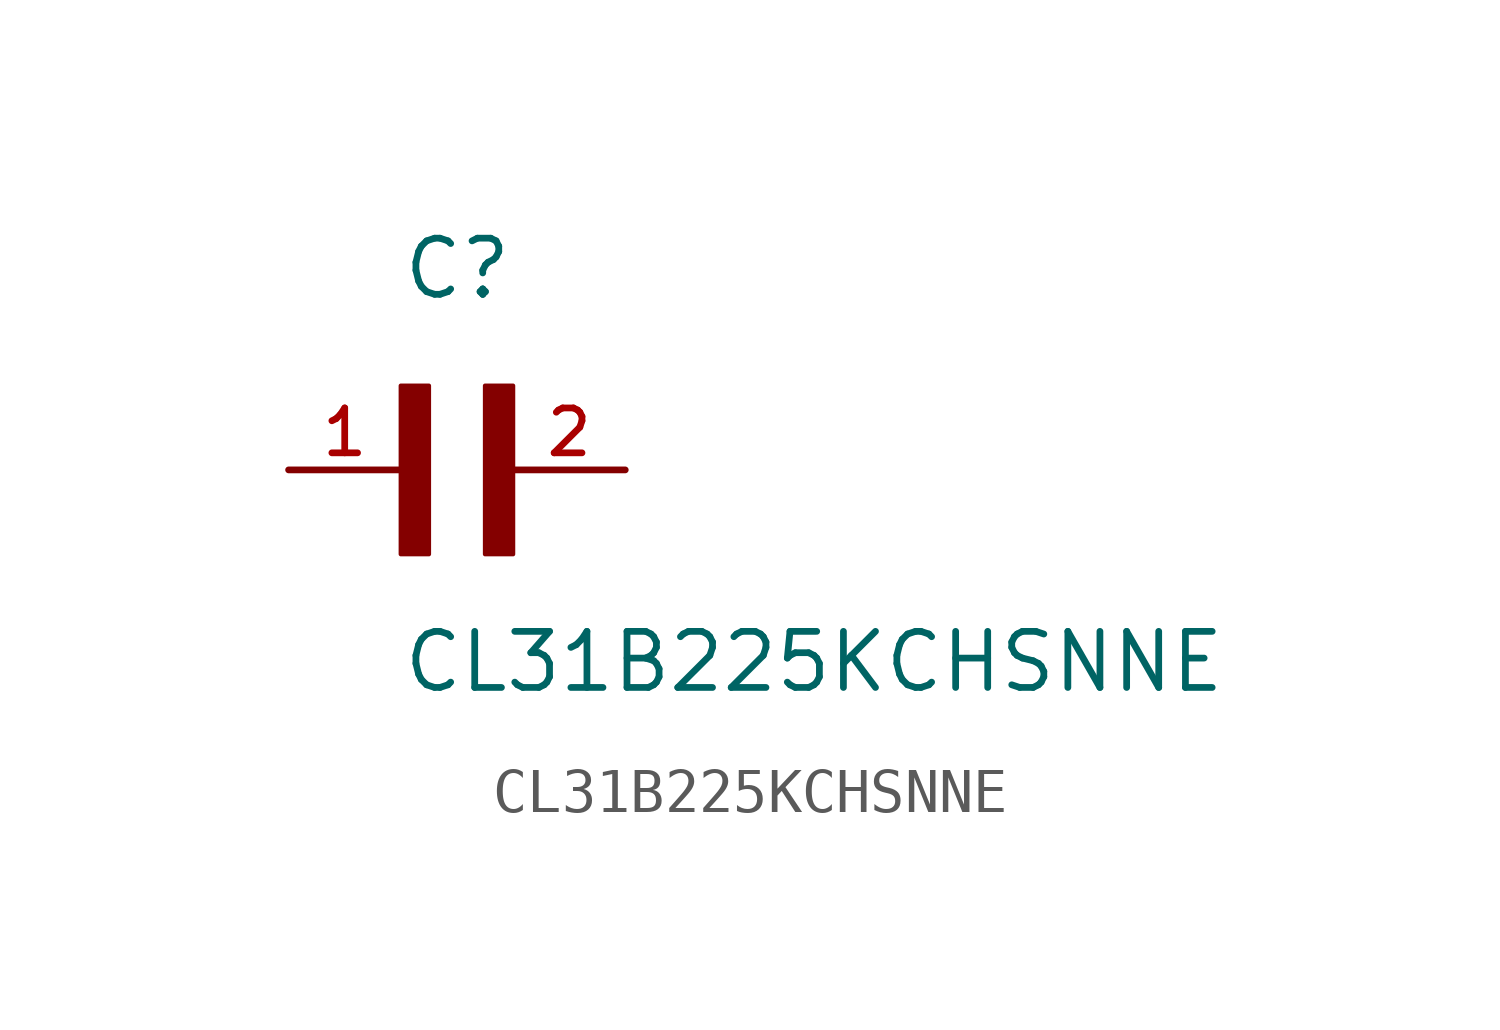
<source format=kicad_sym>
(kicad_symbol_lib
  (version 20211014)
  (generator kicad_symbol_editor)
  (symbol "CL31B225KCHSNNE"
    (pin_names
      (offset 1.016))
    (property "Reference" "C"
      (at 0.0 3.811 0)
      (effects (font (size 1.27 1.27)) (justify bottom left)))
    (property "Value" "CL31B225KCHSNNE"
      (at 0.0 -5.088 0)
      (effects (font (size 1.27 1.27)) (justify bottom left)))
    (symbol "CL31B225KCHSNNE_0_0"
      (rectangle (start 0.0 -1.907) (end 0.635 1.905) (stroke (width 0.1)) (fill (type outline)))
      (rectangle (start 1.907 -1.907) (end 2.54 1.905) (stroke (width 0.1)) (fill (type outline)))
      (pin passive line (at -2.54 0.0 0) (length 2.54) (name "~" (effects (font (size 1.016 1.016)))) (number "1" (effects (font (size 1.016 1.016)))))
      (pin passive line (at 5.08 0.0 180.0) (length 2.54) (name "~" (effects (font (size 1.016 1.016)))) (number "2" (effects (font (size 1.016 1.016))))))))
</source>
